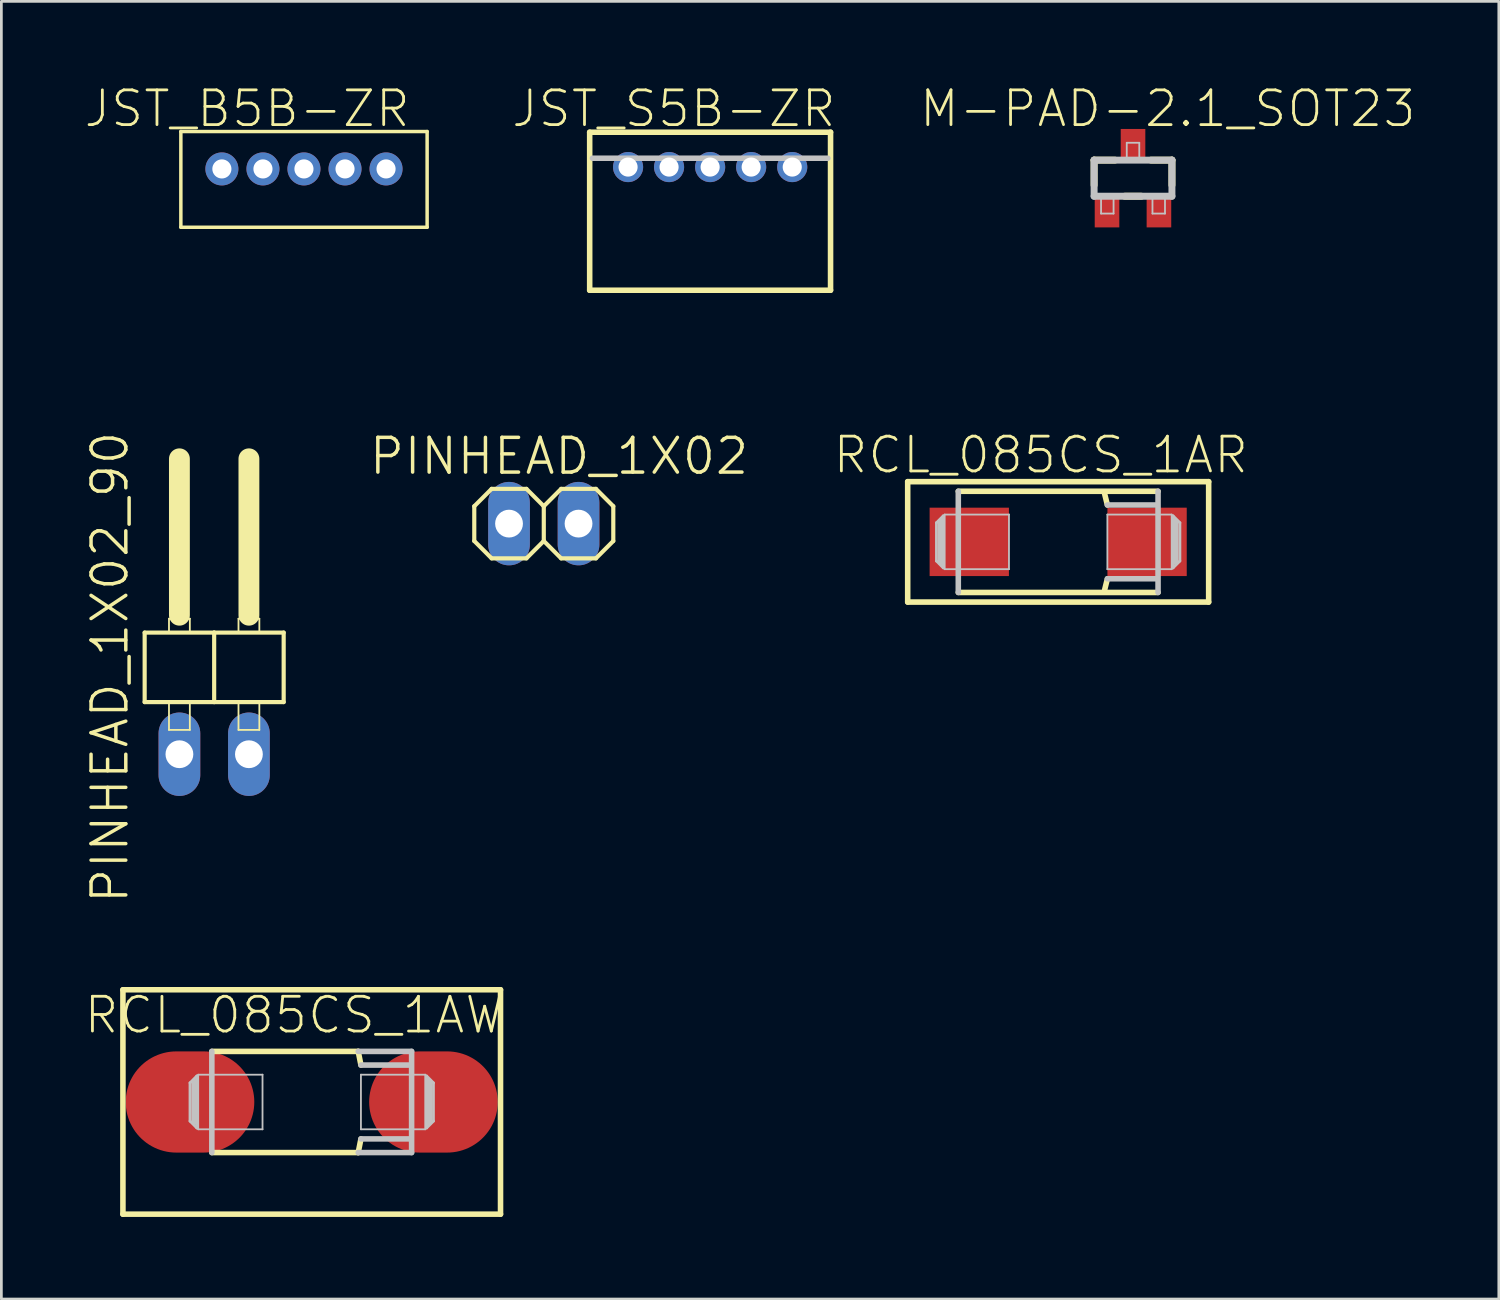
<source format=kicad_pcb>
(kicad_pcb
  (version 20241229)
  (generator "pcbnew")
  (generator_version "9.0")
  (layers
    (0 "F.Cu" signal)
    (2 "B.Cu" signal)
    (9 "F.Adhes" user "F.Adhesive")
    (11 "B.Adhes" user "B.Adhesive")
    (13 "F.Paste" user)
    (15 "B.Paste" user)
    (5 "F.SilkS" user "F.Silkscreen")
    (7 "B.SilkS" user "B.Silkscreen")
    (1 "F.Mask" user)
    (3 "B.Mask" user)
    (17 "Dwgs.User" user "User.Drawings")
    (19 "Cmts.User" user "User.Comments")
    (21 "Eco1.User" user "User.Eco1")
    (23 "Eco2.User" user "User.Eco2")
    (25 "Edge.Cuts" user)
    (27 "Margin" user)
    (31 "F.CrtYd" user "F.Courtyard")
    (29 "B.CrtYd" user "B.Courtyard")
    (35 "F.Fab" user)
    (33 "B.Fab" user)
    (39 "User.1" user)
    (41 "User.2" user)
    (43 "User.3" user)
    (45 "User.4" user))
  (footprint "PINHEAD_1X02"
    (layer "F.Cu")
    (at 16.821 16.084)
    (property "Reference" "PINHEAD_1X02" (at 0.559 -2.464 0) (layer "F.SilkS") (effects (font (size 1.27 1.27) (thickness 0.127))))
    (attr exclude_from_pos_files exclude_from_bom)
    (fp_line (start -2.54 -0.635) (end -2.54 0.635) (stroke (width 0.152) (type solid)) (layer "F.SilkS"))
    (fp_line (start -2.54 0.635) (end -1.905 1.27) (stroke (width 0.152) (type solid)) (layer "F.SilkS"))
    (fp_line (start -1.905 -1.27) (end -2.54 -0.635) (stroke (width 0.152) (type solid)) (layer "F.SilkS"))
    (fp_line (start -1.905 -1.27) (end -0.635 -1.27) (stroke (width 0.152) (type solid)) (layer "F.SilkS"))
    (fp_line (start -0.635 -1.27) (end 0 -0.635) (stroke (width 0.152) (type solid)) (layer "F.SilkS"))
    (fp_line (start -0.635 1.27) (end -1.905 1.27) (stroke (width 0.152) (type solid)) (layer "F.SilkS"))
    (fp_line (start 0 -0.635) (end 0 0.635) (stroke (width 0.152) (type solid)) (layer "F.SilkS"))
    (fp_line (start 0 -0.635) (end 0.635 -1.27) (stroke (width 0.152) (type solid)) (layer "F.SilkS"))
    (fp_line (start 0 0.635) (end -0.635 1.27) (stroke (width 0.152) (type solid)) (layer "F.SilkS"))
    (fp_line (start 0.635 -1.27) (end 1.905 -1.27) (stroke (width 0.152) (type solid)) (layer "F.SilkS"))
    (fp_line (start 0.635 1.27) (end 0 0.635) (stroke (width 0.152) (type solid)) (layer "F.SilkS"))
    (fp_line (start 1.905 -1.27) (end 2.54 -0.635) (stroke (width 0.152) (type solid)) (layer "F.SilkS"))
    (fp_line (start 1.905 1.27) (end 0.635 1.27) (stroke (width 0.152) (type solid)) (layer "F.SilkS"))
    (fp_line (start 2.54 -0.635) (end 2.54 0.635) (stroke (width 0.152) (type solid)) (layer "F.SilkS"))
    (fp_line (start 2.54 0.635) (end 1.905 1.27) (stroke (width 0.152) (type solid)) (layer "F.SilkS"))
    (fp_line (start -1.524 -0.254) (end -1.016 -0.254) (stroke (width 0.066) (type solid)) (layer "Dwgs.User"))
    (fp_line (start -1.524 0.254) (end -1.524 -0.254) (stroke (width 0.066) (type solid)) (layer "Dwgs.User"))
    (fp_line (start -1.524 0.254) (end -1.016 0.254) (stroke (width 0.066) (type solid)) (layer "Dwgs.User"))
    (fp_line (start -1.016 0.254) (end -1.016 -0.254) (stroke (width 0.066) (type solid)) (layer "Dwgs.User"))
    (fp_line (start 1.016 -0.254) (end 1.524 -0.254) (stroke (width 0.066) (type solid)) (layer "Dwgs.User"))
    (fp_line (start 1.016 0.254) (end 1.016 -0.254) (stroke (width 0.066) (type solid)) (layer "Dwgs.User"))
    (fp_line (start 1.016 0.254) (end 1.524 0.254) (stroke (width 0.066) (type solid)) (layer "Dwgs.User"))
    (fp_line (start 1.524 0.254) (end 1.524 -0.254) (stroke (width 0.066) (type solid)) (layer "Dwgs.User"))
    (pad "1" thru_hole oval (at -1.27 0 180) (size 1.524 3.048) (drill 1.016) (layers "*.Cu" "*.Paste" "*.Mask"))
    (pad "2" thru_hole oval (at 1.27 0 180) (size 1.524 3.048) (drill 1.016) (layers "*.Cu" "*.Paste" "*.Mask")))
  (footprint "RCL_085CS_1AR"
    (layer "F.Cu")
    (at 35.618 16.751)
    (property "Reference" "RCL_085CS_1AR" (at -0.635 -3.175 0) (layer "F.SilkS") (effects (font (size 1.27 1.27) (thickness 0.102))))
    (attr smd)
    (fp_line (start -5.499 -2.2) (end -5.499 2.2) (stroke (width 0.203) (type solid)) (layer "F.SilkS"))
    (fp_line (start -5.499 -2.2) (end 5.499 -2.2) (stroke (width 0.203) (type solid)) (layer "F.SilkS"))
    (fp_line (start -5.499 2.2) (end 5.499 2.2) (stroke (width 0.203) (type solid)) (layer "F.SilkS"))
    (fp_line (start -3.65 1.849) (end 3.65 1.849) (stroke (width 0.203) (type solid)) (layer "F.SilkS"))
    (fp_line (start 1.798 -1.349) (end 1.699 -1.748) (stroke (width 0.203) (type solid)) (layer "F.SilkS"))
    (fp_line (start 1.798 1.349) (end 1.699 1.748) (stroke (width 0.203) (type solid)) (layer "F.SilkS"))
    (fp_line (start 3.65 -1.849) (end -3.65 -1.849) (stroke (width 0.203) (type solid)) (layer "F.SilkS"))
    (fp_line (start 5.499 -2.2) (end 5.499 2.2) (stroke (width 0.203) (type solid)) (layer "F.SilkS"))
    (fp_line (start -4.448 -0.699) (end -4.448 0.699) (stroke (width 0.102) (type solid)) (layer "Dwgs.User"))
    (fp_line (start -4.448 0.699) (end -4.199 0.95) (stroke (width 0.102) (type solid)) (layer "Dwgs.User"))
    (fp_line (start -4.298 -0.749) (end -4.298 0.749) (stroke (width 0.203) (type solid)) (layer "Dwgs.User"))
    (fp_line (start -4.199 -0.95) (end -4.448 -0.699) (stroke (width 0.102) (type solid)) (layer "Dwgs.User"))
    (fp_line (start -4.199 0.95) (end -4.199 -0.95) (stroke (width 0.102) (type solid)) (layer "Dwgs.User"))
    (fp_line (start -4.148 -0.998) (end -1.798 -0.998) (stroke (width 0.066) (type solid)) (layer "Dwgs.User"))
    (fp_line (start -4.148 0.998) (end -4.148 -0.998) (stroke (width 0.066) (type solid)) (layer "Dwgs.User"))
    (fp_line (start -4.148 0.998) (end -1.798 0.998) (stroke (width 0.066) (type solid)) (layer "Dwgs.User"))
    (fp_line (start -3.65 -1.849) (end -3.65 1.849) (stroke (width 0.203) (type solid)) (layer "Dwgs.User"))
    (fp_line (start -1.798 0.998) (end -1.798 -0.998) (stroke (width 0.066) (type solid)) (layer "Dwgs.User"))
    (fp_line (start 1.798 -0.998) (end 4.148 -0.998) (stroke (width 0.066) (type solid)) (layer "Dwgs.User"))
    (fp_line (start 1.798 0.998) (end 1.798 -0.998) (stroke (width 0.066) (type solid)) (layer "Dwgs.User"))
    (fp_line (start 1.798 0.998) (end 4.148 0.998) (stroke (width 0.066) (type solid)) (layer "Dwgs.User"))
    (fp_line (start 3.548 -1.349) (end 1.798 -1.349) (stroke (width 0.203) (type solid)) (layer "Dwgs.User"))
    (fp_line (start 3.599 1.349) (end 1.798 1.349) (stroke (width 0.203) (type solid)) (layer "Dwgs.User"))
    (fp_line (start 3.65 1.849) (end 3.65 -1.849) (stroke (width 0.203) (type solid)) (layer "Dwgs.User"))
    (fp_line (start 4.148 0.998) (end 4.148 -0.998) (stroke (width 0.066) (type solid)) (layer "Dwgs.User"))
    (fp_line (start 4.199 -0.95) (end 4.199 0.95) (stroke (width 0.102) (type solid)) (layer "Dwgs.User"))
    (fp_line (start 4.199 0.95) (end 4.448 0.699) (stroke (width 0.102) (type solid)) (layer "Dwgs.User"))
    (fp_line (start 4.298 0.749) (end 4.298 -0.749) (stroke (width 0.203) (type solid)) (layer "Dwgs.User"))
    (fp_line (start 4.448 -0.699) (end 4.199 -0.95) (stroke (width 0.102) (type solid)) (layer "Dwgs.User"))
    (fp_line (start 4.448 0.699) (end 4.448 -0.699) (stroke (width 0.102) (type solid)) (layer "Dwgs.User"))
    (pad "+" smd rect (at 3.249 0) (size 2.898 2.499) (layers "F.Cu" "F.Mask" "F.Paste"))
    (pad "-" smd rect (at -3.249 0) (size 2.898 2.499) (layers "F.Cu" "F.Mask" "F.Paste")))
  (footprint "PINHEAD_1X02_90"
    (layer "F.Cu")
    (at 4.776 20.701)
    (property "Reference" "PINHEAD_1X02_90" (at -3.81 0.635 90) (layer "F.SilkS") (effects (font (size 1.27 1.27) (thickness 0.127))))
    (attr exclude_from_pos_files exclude_from_bom)
    (fp_line (start -2.54 -0.635) (end -2.54 1.905) (stroke (width 0.152) (type solid)) (layer "F.SilkS"))
    (fp_line (start -2.54 1.905) (end 0 1.905) (stroke (width 0.152) (type solid)) (layer "F.SilkS"))
    (fp_line (start -1.651 -1.143) (end -0.889 -1.143) (stroke (width 0.066) (type solid)) (layer "F.SilkS"))
    (fp_line (start -1.651 -0.635) (end -1.651 -1.143) (stroke (width 0.066) (type solid)) (layer "F.SilkS"))
    (fp_line (start -1.651 -0.635) (end -0.889 -0.635) (stroke (width 0.066) (type solid)) (layer "F.SilkS"))
    (fp_line (start -1.651 1.905) (end -0.889 1.905) (stroke (width 0.066) (type solid)) (layer "F.SilkS"))
    (fp_line (start -1.651 2.921) (end -1.651 1.905) (stroke (width 0.066) (type solid)) (layer "F.SilkS"))
    (fp_line (start -1.651 2.921) (end -0.889 2.921) (stroke (width 0.066) (type solid)) (layer "F.SilkS"))
    (fp_line (start -1.27 -6.985) (end -1.27 -1.27) (stroke (width 0.762) (type solid)) (layer "F.SilkS"))
    (fp_line (start -0.889 -0.635) (end -0.889 -1.143) (stroke (width 0.066) (type solid)) (layer "F.SilkS"))
    (fp_line (start -0.889 2.921) (end -0.889 1.905) (stroke (width 0.066) (type solid)) (layer "F.SilkS"))
    (fp_line (start 0 -0.635) (end -2.54 -0.635) (stroke (width 0.152) (type solid)) (layer "F.SilkS"))
    (fp_line (start 0 1.905) (end 0 -0.635) (stroke (width 0.152) (type solid)) (layer "F.SilkS"))
    (fp_line (start 0 1.905) (end 2.54 1.905) (stroke (width 0.152) (type solid)) (layer "F.SilkS"))
    (fp_line (start 0.889 -1.143) (end 1.651 -1.143) (stroke (width 0.066) (type solid)) (layer "F.SilkS"))
    (fp_line (start 0.889 -0.635) (end 0.889 -1.143) (stroke (width 0.066) (type solid)) (layer "F.SilkS"))
    (fp_line (start 0.889 -0.635) (end 1.651 -0.635) (stroke (width 0.066) (type solid)) (layer "F.SilkS"))
    (fp_line (start 0.889 1.905) (end 1.651 1.905) (stroke (width 0.066) (type solid)) (layer "F.SilkS"))
    (fp_line (start 0.889 2.921) (end 0.889 1.905) (stroke (width 0.066) (type solid)) (layer "F.SilkS"))
    (fp_line (start 0.889 2.921) (end 1.651 2.921) (stroke (width 0.066) (type solid)) (layer "F.SilkS"))
    (fp_line (start 1.27 -6.985) (end 1.27 -1.27) (stroke (width 0.762) (type solid)) (layer "F.SilkS"))
    (fp_line (start 1.651 -0.635) (end 1.651 -1.143) (stroke (width 0.066) (type solid)) (layer "F.SilkS"))
    (fp_line (start 1.651 2.921) (end 1.651 1.905) (stroke (width 0.066) (type solid)) (layer "F.SilkS"))
    (fp_line (start 2.54 -0.635) (end 0 -0.635) (stroke (width 0.152) (type solid)) (layer "F.SilkS"))
    (fp_line (start 2.54 1.905) (end 2.54 -0.635) (stroke (width 0.152) (type solid)) (layer "F.SilkS"))
    (pad "1" thru_hole oval (at -1.27 3.81 180) (size 1.524 3.048) (drill 1.016) (layers "*.Cu" "*.Paste" "*.Mask"))
    (pad "2" thru_hole oval (at 1.27 3.81 180) (size 1.524 3.048) (drill 1.016) (layers "*.Cu" "*.Paste" "*.Mask")))
  (footprint "M-PAD-2.1_SOT23"
    (layer "F.Cu")
    (at 38.353 3.461)
    (property "Reference" "M-PAD-2.1_SOT23" (at 1.27 -2.54 0) (layer "F.SilkS") (effects (font (size 1.27 1.27) (thickness 0.102))))
    (attr smd)
    (fp_line (start -1.422 -0.66) (end -0.66 -0.66) (stroke (width 0.254) (type solid)) (layer "F.SilkS"))
    (fp_line (start -1.422 0.254) (end -1.422 -0.66) (stroke (width 0.254) (type solid)) (layer "F.SilkS"))
    (fp_line (start 0.305 0.66) (end -0.305 0.66) (stroke (width 0.254) (type solid)) (layer "F.SilkS"))
    (fp_line (start 0.66 -0.66) (end 1.422 -0.66) (stroke (width 0.254) (type solid)) (layer "F.SilkS"))
    (fp_line (start 1.422 -0.66) (end 1.422 0.254) (stroke (width 0.254) (type solid)) (layer "F.SilkS"))
    (fp_line (start -1.422 -0.66) (end 1.422 -0.66) (stroke (width 0.254) (type solid)) (layer "Dwgs.User"))
    (fp_line (start -1.422 0.66) (end -1.422 -0.66) (stroke (width 0.254) (type solid)) (layer "Dwgs.User"))
    (fp_line (start -1.168 0.711) (end -0.711 0.711) (stroke (width 0.066) (type solid)) (layer "Dwgs.User"))
    (fp_line (start -1.168 1.293) (end -1.168 0.711) (stroke (width 0.066) (type solid)) (layer "Dwgs.User"))
    (fp_line (start -1.168 1.293) (end -0.711 1.293) (stroke (width 0.066) (type solid)) (layer "Dwgs.User"))
    (fp_line (start -0.711 1.293) (end -0.711 0.711) (stroke (width 0.066) (type solid)) (layer "Dwgs.User"))
    (fp_line (start -0.229 -1.293) (end 0.229 -1.293) (stroke (width 0.066) (type solid)) (layer "Dwgs.User"))
    (fp_line (start -0.229 -0.711) (end -0.229 -1.293) (stroke (width 0.066) (type solid)) (layer "Dwgs.User"))
    (fp_line (start -0.229 -0.711) (end 0.229 -0.711) (stroke (width 0.066) (type solid)) (layer "Dwgs.User"))
    (fp_line (start 0.229 -0.711) (end 0.229 -1.293) (stroke (width 0.066) (type solid)) (layer "Dwgs.User"))
    (fp_line (start 0.711 0.711) (end 1.168 0.711) (stroke (width 0.066) (type solid)) (layer "Dwgs.User"))
    (fp_line (start 0.711 1.293) (end 0.711 0.711) (stroke (width 0.066) (type solid)) (layer "Dwgs.User"))
    (fp_line (start 0.711 1.293) (end 1.168 1.293) (stroke (width 0.066) (type solid)) (layer "Dwgs.User"))
    (fp_line (start 1.168 1.293) (end 1.168 0.711) (stroke (width 0.066) (type solid)) (layer "Dwgs.User"))
    (fp_line (start 1.422 -0.66) (end 1.422 0.66) (stroke (width 0.254) (type solid)) (layer "Dwgs.User"))
    (fp_line (start 1.422 0.66) (end -1.422 0.66) (stroke (width 0.254) (type solid)) (layer "Dwgs.User"))
    (pad "1" smd rect (at -0.95 1.199) (size 0.899 1.199) (layers "F.Cu" "F.Mask" "F.Paste"))
    (pad "2" smd rect (at 0.947 1.199) (size 0.899 1.199) (layers "F.Cu" "F.Mask" "F.Paste"))
    (pad "3" smd rect (at 0 -1.199) (size 0.899 1.199) (layers "F.Cu" "F.Mask" "F.Paste")))
  (footprint "JST_S5B-ZR"
    (layer "F.Cu")
    (at 18.341 9.405)
    (property "Reference" "JST_S5B-ZR" (at 3.233 -8.484 0) (layer "F.SilkS") (effects (font (size 1.27 1.27) (thickness 0.102))))
    (attr exclude_from_pos_files exclude_from_bom)
    (fp_line (start 0.157 -1.849) (end 0.157 -7.623) (stroke (width 0.203) (type solid)) (layer "F.SilkS"))
    (fp_line (start 8.959 -7.623) (end 0.157 -7.623) (stroke (width 0.203) (type solid)) (layer "F.SilkS"))
    (fp_line (start 8.959 -7.623) (end 8.959 -1.849) (stroke (width 0.203) (type solid)) (layer "F.SilkS"))
    (fp_line (start 8.959 -1.849) (end 0.157 -1.849) (stroke (width 0.203) (type solid)) (layer "F.SilkS"))
    (fp_line (start 0.259 -6.673) (end 8.86 -6.673) (stroke (width 0.203) (type solid)) (layer "Dwgs.User"))
    (pad "1" thru_hole circle (at 1.56 -6.35) (size 1.1 1.1) (drill 0.699) (layers "*.Cu" "*.Paste" "*.Mask"))
    (pad "2" thru_hole circle (at 3.058 -6.35) (size 1.1 1.1) (drill 0.699) (layers "*.Cu" "*.Paste" "*.Mask"))
    (pad "3" thru_hole circle (at 4.559 -6.35) (size 1.1 1.1) (drill 0.699) (layers "*.Cu" "*.Paste" "*.Mask"))
    (pad "4" thru_hole circle (at 6.058 -6.35) (size 1.1 1.1) (drill 0.699) (layers "*.Cu" "*.Paste" "*.Mask"))
    (pad "5" thru_hole circle (at 7.559 -6.35) (size 1.1 1.1) (drill 0.699) (layers "*.Cu" "*.Paste" "*.Mask")))
  (footprint "JST_B5B-ZR"
    (layer "F.Cu")
    (at 3.559 1.825)
    (property "Reference" "JST_B5B-ZR" (at 2.423 -0.904 0) (layer "F.SilkS") (effects (font (size 1.27 1.27) (thickness 0.102))))
    (attr exclude_from_pos_files exclude_from_bom)
    (fp_line (start 0 -0.069) (end 8.999 -0.069) (stroke (width 0.127) (type solid)) (layer "F.SilkS"))
    (fp_line (start 0 3.429) (end 0 -0.069) (stroke (width 0.127) (type solid)) (layer "F.SilkS"))
    (fp_line (start 8.999 -0.069) (end 8.999 3.429) (stroke (width 0.127) (type solid)) (layer "F.SilkS"))
    (fp_line (start 8.999 3.429) (end 0 3.429) (stroke (width 0.127) (type solid)) (layer "F.SilkS"))
    (pad "1" thru_hole circle (at 7.498 1.298) (size 1.206 1.206) (drill 0.699) (layers "*.Cu" "*.Paste" "*.Mask"))
    (pad "2" thru_hole circle (at 5.999 1.298) (size 1.206 1.206) (drill 0.699) (layers "*.Cu" "*.Paste" "*.Mask"))
    (pad "3" thru_hole circle (at 4.498 1.298) (size 1.206 1.206) (drill 0.699) (layers "*.Cu" "*.Paste" "*.Mask"))
    (pad "4" thru_hole circle (at 3 1.298) (size 1.206 1.206) (drill 0.699) (layers "*.Cu" "*.Paste" "*.Mask"))
    (pad "5" thru_hole circle (at 1.499 1.298) (size 1.206 1.206) (drill 0.699) (layers "*.Cu" "*.Paste" "*.Mask")))
  (footprint "RCL_085CS_1AW"
    (layer "F.Cu")
    (at 8.341 37.219)
    (property "Reference" "RCL_085CS_1AW" (at -0.635 -3.175 0) (layer "F.SilkS") (effects (font (size 1.27 1.27) (thickness 0.102))))
    (attr smd)
    (fp_line (start -6.899 -4.1) (end -6.899 4.1) (stroke (width 0.203) (type solid)) (layer "F.SilkS"))
    (fp_line (start -6.899 -4.1) (end 6.899 -4.1) (stroke (width 0.203) (type solid)) (layer "F.SilkS"))
    (fp_line (start -6.899 4.1) (end 6.899 4.1) (stroke (width 0.203) (type solid)) (layer "F.SilkS"))
    (fp_line (start -3.65 1.849) (end 1.699 1.849) (stroke (width 0.203) (type solid)) (layer "F.SilkS"))
    (fp_line (start 1.699 -1.849) (end -3.65 -1.849) (stroke (width 0.203) (type solid)) (layer "F.SilkS"))
    (fp_line (start 1.798 -1.349) (end 1.699 -1.849) (stroke (width 0.203) (type solid)) (layer "F.SilkS"))
    (fp_line (start 1.798 1.349) (end 1.699 1.849) (stroke (width 0.203) (type solid)) (layer "F.SilkS"))
    (fp_line (start 6.899 -4.1) (end 6.899 4.1) (stroke (width 0.203) (type solid)) (layer "F.SilkS"))
    (fp_line (start -4.448 -0.699) (end -4.448 0.699) (stroke (width 0.102) (type solid)) (layer "Dwgs.User"))
    (fp_line (start -4.448 0.699) (end -4.199 0.95) (stroke (width 0.102) (type solid)) (layer "Dwgs.User"))
    (fp_line (start -4.298 -0.749) (end -4.298 0.749) (stroke (width 0.203) (type solid)) (layer "Dwgs.User"))
    (fp_line (start -4.199 -0.95) (end -4.448 -0.699) (stroke (width 0.102) (type solid)) (layer "Dwgs.User"))
    (fp_line (start -4.199 0.95) (end -4.199 -0.95) (stroke (width 0.102) (type solid)) (layer "Dwgs.User"))
    (fp_line (start -4.148 -0.998) (end -1.798 -0.998) (stroke (width 0.066) (type solid)) (layer "Dwgs.User"))
    (fp_line (start -4.148 0.998) (end -4.148 -0.998) (stroke (width 0.066) (type solid)) (layer "Dwgs.User"))
    (fp_line (start -4.148 0.998) (end -1.798 0.998) (stroke (width 0.066) (type solid)) (layer "Dwgs.User"))
    (fp_line (start -3.65 -1.849) (end -3.65 1.849) (stroke (width 0.203) (type solid)) (layer "Dwgs.User"))
    (fp_line (start -1.798 0.998) (end -1.798 -0.998) (stroke (width 0.066) (type solid)) (layer "Dwgs.User"))
    (fp_line (start 1.699 1.849) (end 3.65 1.849) (stroke (width 0.203) (type solid)) (layer "Dwgs.User"))
    (fp_line (start 1.798 -0.998) (end 4.148 -0.998) (stroke (width 0.066) (type solid)) (layer "Dwgs.User"))
    (fp_line (start 1.798 0.998) (end 1.798 -0.998) (stroke (width 0.066) (type solid)) (layer "Dwgs.User"))
    (fp_line (start 1.798 0.998) (end 4.148 0.998) (stroke (width 0.066) (type solid)) (layer "Dwgs.User"))
    (fp_line (start 3.548 -1.349) (end 1.798 -1.349) (stroke (width 0.203) (type solid)) (layer "Dwgs.User"))
    (fp_line (start 3.599 1.349) (end 1.798 1.349) (stroke (width 0.203) (type solid)) (layer "Dwgs.User"))
    (fp_line (start 3.65 -1.849) (end 1.699 -1.849) (stroke (width 0.203) (type solid)) (layer "Dwgs.User"))
    (fp_line (start 3.65 1.849) (end 3.65 -1.849) (stroke (width 0.203) (type solid)) (layer "Dwgs.User"))
    (fp_line (start 4.148 0.998) (end 4.148 -0.998) (stroke (width 0.066) (type solid)) (layer "Dwgs.User"))
    (fp_line (start 4.199 -0.95) (end 4.199 0.95) (stroke (width 0.102) (type solid)) (layer "Dwgs.User"))
    (fp_line (start 4.199 0.95) (end 4.448 0.699) (stroke (width 0.102) (type solid)) (layer "Dwgs.User"))
    (fp_line (start 4.298 0.749) (end 4.298 -0.749) (stroke (width 0.203) (type solid)) (layer "Dwgs.User"))
    (fp_line (start 4.448 -0.699) (end 4.199 -0.95) (stroke (width 0.102) (type solid)) (layer "Dwgs.User"))
    (fp_line (start 4.448 0.699) (end 4.448 -0.699) (stroke (width 0.102) (type solid)) (layer "Dwgs.User"))
    (pad "+" smd oval (at 4.448 0) (size 4.699 3.698) (layers "F.Cu" "F.Mask" "F.Paste"))
    (pad "-" smd oval (at -4.448 0) (size 4.699 3.698) (layers "F.Cu" "F.Mask" "F.Paste")))
  (gr_rect
    (start -3 -3)
    (end 51.72 44.42)
    (stroke (width 0.1) (type default))
    (fill no)
    (layer "Edge.Cuts")))
</source>
